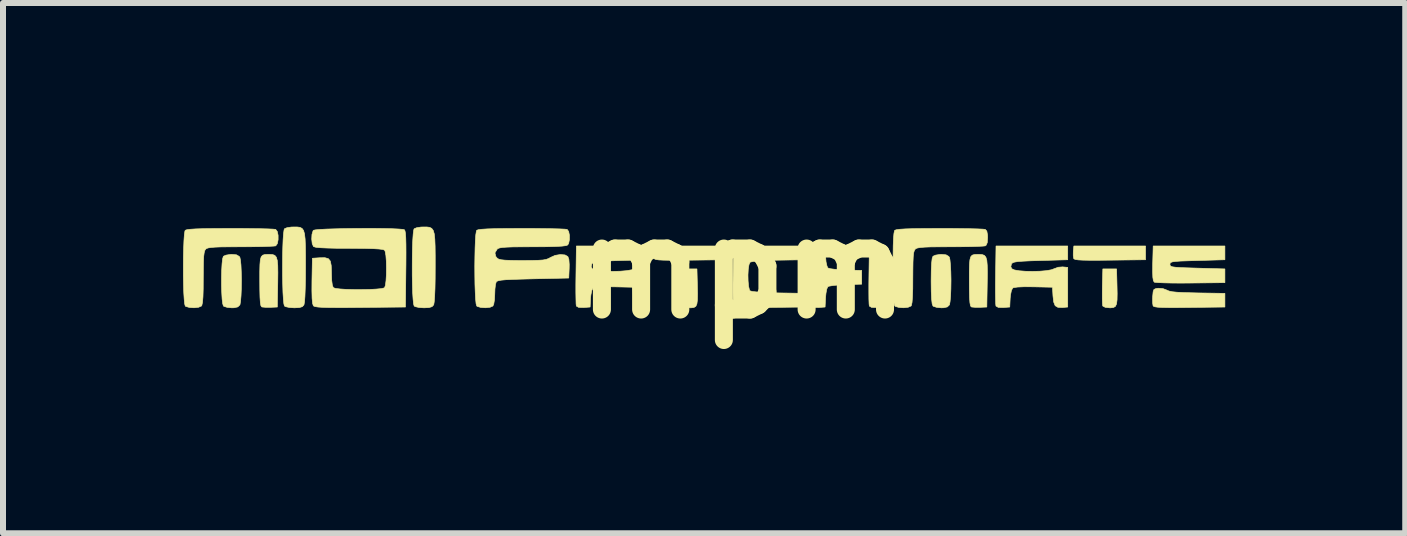
<source format=kicad_pcb>
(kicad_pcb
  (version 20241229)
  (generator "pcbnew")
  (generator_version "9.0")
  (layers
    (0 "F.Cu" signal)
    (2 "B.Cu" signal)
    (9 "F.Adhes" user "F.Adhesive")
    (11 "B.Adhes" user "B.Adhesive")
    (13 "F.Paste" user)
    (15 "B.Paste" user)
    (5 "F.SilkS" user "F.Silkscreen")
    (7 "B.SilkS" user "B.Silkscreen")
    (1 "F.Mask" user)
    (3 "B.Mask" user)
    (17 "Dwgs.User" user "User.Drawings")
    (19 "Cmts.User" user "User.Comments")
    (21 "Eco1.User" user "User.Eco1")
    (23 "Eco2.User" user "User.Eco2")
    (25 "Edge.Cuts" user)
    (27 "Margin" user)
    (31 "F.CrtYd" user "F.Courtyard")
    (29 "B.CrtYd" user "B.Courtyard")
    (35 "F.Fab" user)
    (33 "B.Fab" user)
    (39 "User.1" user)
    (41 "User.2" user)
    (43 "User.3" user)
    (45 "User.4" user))
  (footprint "mpm"
    (layer "F.Cu")
    (at 9.338 1.418)
    (property "Reference" "mpm" (at 0 0 0) (layer "F.SilkS") (effects (font (size 1.524 1.524) (thickness 0.3))))
    (attr through_hole)
    (fp_poly (pts (xy 2.326 0.648) (xy 2.218 0.656) (xy 2.135 0.654) (xy 2.098 0.632) (xy 2.097 0.63) (xy 2.093 0.595) (xy 2.09 0.517) (xy 2.089 0.406) (xy 2.089 0.27) (xy 2.091 0.117) (xy 2.091 0.114) (xy 2.098 -0.369) (xy 2.326 -0.369) (xy 2.326 0.648)) (stroke (width 0.01) (type solid)) (fill yes) (layer "F.SilkS"))
    (fp_poly (pts (xy -0.292 -0.14) (xy -0.884 -0.133) (xy -1.077 -0.131) (xy -1.225 -0.131) (xy -1.334 -0.133) (xy -1.409 -0.137) (xy -1.456 -0.143) (xy -1.482 -0.153) (xy -1.49 -0.162) (xy -1.497 -0.212) (xy -1.496 -0.281) (xy -1.496 -0.284) (xy -1.487 -0.369) (xy -0.292 -0.369) (xy -0.292 -0.14)) (stroke (width 0.01) (type solid)) (fill yes) (layer "F.SilkS"))
    (fp_poly (pts (xy 6.7 -0.14) (xy 6.108 -0.133) (xy 5.915 -0.131) (xy 5.767 -0.131) (xy 5.658 -0.133) (xy 5.583 -0.137) (xy 5.536 -0.143) (xy 5.51 -0.153) (xy 5.502 -0.162) (xy 5.495 -0.212) (xy 5.496 -0.281) (xy 5.496 -0.284) (xy 5.505 -0.369) (xy 6.7 -0.369) (xy 6.7 -0.14)) (stroke (width 0.01) (type solid)) (fill yes) (layer "F.SilkS"))
    (fp_poly (pts (xy -0.768 0.28) (xy -0.765 0.426) (xy -0.767 0.53) (xy -0.776 0.597) (xy -0.794 0.636) (xy -0.825 0.655) (xy -0.871 0.661) (xy -0.891 0.661) (xy -0.964 0.653) (xy -1.004 0.632) (xy -1.006 0.628) (xy -1.01 0.59) (xy -1.013 0.513) (xy -1.013 0.409) (xy -1.012 0.304) (xy -1.004 0.013) (xy -0.775 0.013) (xy -0.768 0.28)) (stroke (width 0.01) (type solid)) (fill yes) (layer "F.SilkS"))
    (fp_poly (pts (xy 6.224 0.28) (xy 6.227 0.426) (xy 6.225 0.53) (xy 6.216 0.597) (xy 6.198 0.636) (xy 6.167 0.655) (xy 6.121 0.661) (xy 6.101 0.661) (xy 6.028 0.653) (xy 5.988 0.632) (xy 5.986 0.628) (xy 5.982 0.59) (xy 5.979 0.513) (xy 5.979 0.409) (xy 5.98 0.304) (xy 5.988 0.013) (xy 6.217 0.013) (xy 6.224 0.28)) (stroke (width 0.01) (type solid)) (fill yes) (layer "F.SilkS"))
    (fp_poly (pts (xy 6.99 0.341) (xy 7.056 0.366) (xy 7.089 0.381) (xy 7.143 0.393) (xy 7.223 0.401) (xy 7.336 0.407) (xy 7.491 0.411) (xy 7.569 0.413) (xy 8.022 0.42) (xy 8.022 0.648) (xy 7.43 0.655) (xy 7.236 0.657) (xy 7.088 0.657) (xy 6.979 0.655) (xy 6.903 0.651) (xy 6.856 0.644) (xy 6.832 0.635) (xy 6.825 0.627) (xy 6.818 0.581) (xy 6.817 0.507) (xy 6.819 0.467) (xy 6.826 0.393) (xy 6.84 0.355) (xy 6.873 0.34) (xy 6.911 0.335) (xy 6.99 0.341)) (stroke (width 0.01) (type solid)) (fill yes) (layer "F.SilkS"))
    (fp_poly (pts (xy -7.896 -0.229) (xy -7.845 -0.226) (xy -7.809 -0.213) (xy -7.784 -0.183) (xy -7.768 -0.129) (xy -7.76 -0.045) (xy -7.758 0.076) (xy -7.76 0.242) (xy -7.76 0.245) (xy -7.767 0.648) (xy -7.882 0.653) (xy -7.959 0.653) (xy -8.016 0.648) (xy -8.028 0.645) (xy -8.041 0.625) (xy -8.05 0.574) (xy -8.056 0.486) (xy -8.059 0.358) (xy -8.06 0.217) (xy -8.06 0.057) (xy -8.057 -0.06) (xy -8.05 -0.139) (xy -8.036 -0.189) (xy -8.011 -0.216) (xy -7.975 -0.227) (xy -7.923 -0.229) (xy -7.896 -0.229)) (stroke (width 0.01) (type solid)) (fill yes) (layer "F.SilkS"))
    (fp_poly (pts (xy 3.927 -0.229) (xy 3.977 -0.226) (xy 4.014 -0.213) (xy 4.039 -0.183) (xy 4.055 -0.129) (xy 4.062 -0.045) (xy 4.064 0.076) (xy 4.062 0.242) (xy 4.062 0.245) (xy 4.055 0.648) (xy 3.941 0.653) (xy 3.864 0.653) (xy 3.807 0.648) (xy 3.795 0.645) (xy 3.782 0.625) (xy 3.773 0.574) (xy 3.767 0.486) (xy 3.764 0.358) (xy 3.763 0.217) (xy 3.763 0.057) (xy 3.766 -0.06) (xy 3.773 -0.139) (xy 3.787 -0.189) (xy 3.811 -0.216) (xy 3.848 -0.227) (xy 3.9 -0.229) (xy 3.927 -0.229)) (stroke (width 0.01) (type solid)) (fill yes) (layer "F.SilkS"))
    (fp_poly (pts (xy 1.368 -0.199) (xy 1.376 -0.104) (xy 1.392 -0.034) (xy 1.407 -0.003) (xy 1.445 0.009) (xy 1.521 0.019) (xy 1.624 0.027) (xy 1.705 0.031) (xy 1.97 0.038) (xy 1.97 0.267) (xy 1.705 0.274) (xy 1.591 0.28) (xy 1.495 0.289) (xy 1.429 0.3) (xy 1.407 0.308) (xy 1.389 0.346) (xy 1.375 0.418) (xy 1.368 0.492) (xy 1.36 0.648) (xy 1.252 0.656) (xy 1.169 0.654) (xy 1.131 0.632) (xy 1.131 0.63) (xy 1.127 0.595) (xy 1.124 0.517) (xy 1.123 0.406) (xy 1.123 0.27) (xy 1.124 0.117) (xy 1.124 0.114) (xy 1.131 -0.369) (xy 1.36 -0.369) (xy 1.368 -0.199)) (stroke (width 0.01) (type solid)) (fill yes) (layer "F.SilkS"))
    (fp_poly (pts (xy -8.447 -0.222) (xy -8.403 -0.196) (xy -8.391 -0.18) (xy -8.382 -0.137) (xy -8.373 -0.054) (xy -8.368 0.057) (xy -8.365 0.186) (xy -8.365 0.216) (xy -8.367 0.348) (xy -8.372 0.464) (xy -8.38 0.554) (xy -8.389 0.606) (xy -8.391 0.612) (xy -8.426 0.646) (xy -8.489 0.66) (xy -8.526 0.661) (xy -8.601 0.654) (xy -8.655 0.637) (xy -8.665 0.631) (xy -8.677 0.593) (xy -8.687 0.516) (xy -8.693 0.41) (xy -8.697 0.287) (xy -8.697 0.158) (xy -8.694 0.034) (xy -8.688 -0.074) (xy -8.679 -0.154) (xy -8.666 -0.197) (xy -8.665 -0.198) (xy -8.622 -0.217) (xy -8.551 -0.228) (xy -8.526 -0.229) (xy -8.447 -0.222)) (stroke (width 0.01) (type solid)) (fill yes) (layer "F.SilkS"))
    (fp_poly (pts (xy 3.376 -0.222) (xy 3.42 -0.196) (xy 3.432 -0.18) (xy 3.441 -0.137) (xy 3.449 -0.054) (xy 3.455 0.057) (xy 3.458 0.186) (xy 3.458 0.216) (xy 3.456 0.348) (xy 3.451 0.464) (xy 3.443 0.554) (xy 3.434 0.606) (xy 3.432 0.612) (xy 3.397 0.646) (xy 3.334 0.66) (xy 3.297 0.661) (xy 3.222 0.654) (xy 3.167 0.637) (xy 3.158 0.631) (xy 3.144 0.594) (xy 3.135 0.515) (xy 3.129 0.391) (xy 3.127 0.218) (xy 3.127 0.216) (xy 3.129 0.043) (xy 3.135 -0.082) (xy 3.144 -0.161) (xy 3.158 -0.198) (xy 3.158 -0.198) (xy 3.201 -0.217) (xy 3.272 -0.228) (xy 3.297 -0.229) (xy 3.376 -0.222)) (stroke (width 0.01) (type solid)) (fill yes) (layer "F.SilkS"))
    (fp_poly (pts (xy 8.022 -0.14) (xy 7.564 -0.127) (xy 7.401 -0.122) (xy 7.282 -0.118) (xy 7.201 -0.112) (xy 7.149 -0.105) (xy 7.121 -0.095) (xy 7.109 -0.082) (xy 7.106 -0.064) (xy 7.106 -0.064) (xy 7.109 -0.045) (xy 7.121 -0.032) (xy 7.149 -0.022) (xy 7.201 -0.015) (xy 7.282 -0.009) (xy 7.401 -0.005) (xy 7.564 -0.000005) (xy 7.564 0) (xy 8.022 0.013) (xy 8.022 0.242) (xy 7.45 0.248) (xy 7.283 0.249) (xy 7.132 0.248) (xy 7.006 0.245) (xy 6.911 0.241) (xy 6.855 0.236) (xy 6.845 0.233) (xy 6.83 0.208) (xy 6.821 0.152) (xy 6.818 0.058) (xy 6.819 -0.078) (xy 6.827 -0.369) (xy 8.022 -0.369) (xy 8.022 -0.14)) (stroke (width 0.01) (type solid)) (fill yes) (layer "F.SilkS"))
    (fp_poly (pts (xy -7.437 -0.686) (xy -7.39 -0.68) (xy -7.355 -0.662) (xy -7.33 -0.628) (xy -7.314 -0.571) (xy -7.304 -0.486) (xy -7.299 -0.367) (xy -7.297 -0.208) (xy -7.297 -0.022) (xy -7.298 0.174) (xy -7.302 0.34) (xy -7.307 0.472) (xy -7.314 0.563) (xy -7.323 0.61) (xy -7.323 0.612) (xy -7.351 0.642) (xy -7.401 0.657) (xy -7.484 0.661) (xy -7.565 0.656) (xy -7.628 0.642) (xy -7.648 0.631) (xy -7.658 0.595) (xy -7.666 0.518) (xy -7.673 0.408) (xy -7.677 0.272) (xy -7.68 0.121) (xy -7.68 -0.038) (xy -7.679 -0.195) (xy -7.676 -0.342) (xy -7.671 -0.471) (xy -7.664 -0.572) (xy -7.655 -0.637) (xy -7.648 -0.656) (xy -7.606 -0.674) (xy -7.534 -0.685) (xy -7.497 -0.686) (xy -7.437 -0.686)) (stroke (width 0.01) (type solid)) (fill yes) (layer "F.SilkS"))
    (fp_poly (pts (xy -5.276 -0.686) (xy -5.229 -0.68) (xy -5.194 -0.662) (xy -5.169 -0.628) (xy -5.152 -0.571) (xy -5.143 -0.486) (xy -5.138 -0.367) (xy -5.136 -0.208) (xy -5.136 -0.022) (xy -5.137 0.174) (xy -5.14 0.34) (xy -5.146 0.472) (xy -5.153 0.563) (xy -5.161 0.61) (xy -5.162 0.612) (xy -5.19 0.642) (xy -5.24 0.657) (xy -5.322 0.661) (xy -5.404 0.656) (xy -5.467 0.642) (xy -5.487 0.631) (xy -5.497 0.595) (xy -5.505 0.518) (xy -5.512 0.408) (xy -5.516 0.272) (xy -5.519 0.121) (xy -5.519 -0.038) (xy -5.518 -0.195) (xy -5.515 -0.342) (xy -5.51 -0.471) (xy -5.503 -0.572) (xy -5.494 -0.637) (xy -5.487 -0.656) (xy -5.444 -0.674) (xy -5.373 -0.685) (xy -5.336 -0.686) (xy -5.276 -0.686)) (stroke (width 0.01) (type solid)) (fill yes) (layer "F.SilkS"))
    (fp_poly (pts (xy 1.03 -0.14) (xy 0.587 -0.133) (xy 0.413 -0.129) (xy 0.274 -0.122) (xy 0.174 -0.113) (xy 0.118 -0.102) (xy 0.11 -0.098) (xy 0.092 -0.058) (xy 0.08 0.018) (xy 0.075 0.113) (xy 0.077 0.212) (xy 0.085 0.3) (xy 0.099 0.361) (xy 0.11 0.378) (xy 0.149 0.389) (xy 0.234 0.398) (xy 0.359 0.406) (xy 0.521 0.411) (xy 0.587 0.413) (xy 1.03 0.42) (xy 1.03 0.648) (xy 0.438 0.655) (xy 0.241 0.657) (xy 0.09 0.657) (xy -0.021 0.654) (xy -0.097 0.65) (xy -0.143 0.643) (xy -0.164 0.633) (xy -0.166 0.629) (xy -0.17 0.594) (xy -0.173 0.517) (xy -0.174 0.406) (xy -0.174 0.27) (xy -0.172 0.117) (xy -0.172 0.114) (xy -0.165 -0.369) (xy 1.03 -0.369) (xy 1.03 -0.14)) (stroke (width 0.01) (type solid)) (fill yes) (layer "F.SilkS"))
    (fp_poly (pts (xy -1.589 -0.14) (xy -2.044 -0.127) (xy -2.21 -0.122) (xy -2.332 -0.116) (xy -2.418 -0.11) (xy -2.474 -0.101) (xy -2.507 -0.089) (xy -2.524 -0.074) (xy -2.526 -0.072) (xy -2.537 -0.022) (xy -2.519 0.011) (xy -2.477 0.03) (xy -2.397 0.044) (xy -2.292 0.052) (xy -2.173 0.054) (xy -2.053 0.051) (xy -1.945 0.042) (xy -1.861 0.027) (xy -1.819 0.011) (xy -1.748 -0.015) (xy -1.674 -0.021) (xy -1.589 -0.013) (xy -1.589 0.648) (xy -1.68 0.656) (xy -1.752 0.653) (xy -1.798 0.626) (xy -1.823 0.564) (xy -1.835 0.461) (xy -1.835 0.457) (xy -1.843 0.318) (xy -2.158 0.311) (xy -2.314 0.31) (xy -2.426 0.315) (xy -2.492 0.325) (xy -2.506 0.332) (xy -2.527 0.372) (xy -2.542 0.446) (xy -2.548 0.504) (xy -2.555 0.648) (xy -2.664 0.656) (xy -2.746 0.654) (xy -2.784 0.632) (xy -2.785 0.63) (xy -2.789 0.595) (xy -2.791 0.517) (xy -2.793 0.406) (xy -2.793 0.27) (xy -2.791 0.117) (xy -2.791 0.114) (xy -2.784 -0.369) (xy -1.589 -0.369) (xy -1.589 -0.14)) (stroke (width 0.01) (type solid)) (fill yes) (layer "F.SilkS"))
    (fp_poly (pts (xy 5.403 -0.14) (xy 4.948 -0.127) (xy 4.782 -0.122) (xy 4.66 -0.116) (xy 4.574 -0.11) (xy 4.518 -0.101) (xy 4.485 -0.089) (xy 4.468 -0.074) (xy 4.466 -0.072) (xy 4.455 -0.022) (xy 4.473 0.011) (xy 4.515 0.03) (xy 4.595 0.044) (xy 4.7 0.052) (xy 4.819 0.054) (xy 4.939 0.051) (xy 5.047 0.042) (xy 5.131 0.027) (xy 5.173 0.011) (xy 5.244 -0.015) (xy 5.318 -0.021) (xy 5.403 -0.013) (xy 5.403 0.648) (xy 5.312 0.656) (xy 5.24 0.653) (xy 5.194 0.626) (xy 5.169 0.564) (xy 5.157 0.461) (xy 5.157 0.457) (xy 5.149 0.318) (xy 4.834 0.311) (xy 4.678 0.31) (xy 4.566 0.315) (xy 4.5 0.325) (xy 4.486 0.332) (xy 4.465 0.372) (xy 4.45 0.446) (xy 4.444 0.504) (xy 4.437 0.648) (xy 4.328 0.656) (xy 4.246 0.654) (xy 4.208 0.632) (xy 4.207 0.63) (xy 4.203 0.595) (xy 4.201 0.517) (xy 4.199 0.406) (xy 4.199 0.27) (xy 4.201 0.117) (xy 4.201 0.114) (xy 4.208 -0.369) (xy 5.403 -0.369) (xy 5.403 -0.14)) (stroke (width 0.01) (type solid)) (fill yes) (layer "F.SilkS"))
    (fp_poly (pts (xy -8.365 -0.661) (xy -8.193 -0.659) (xy -8.043 -0.657) (xy -7.923 -0.654) (xy -7.838 -0.65) (xy -7.797 -0.646) (xy -7.795 -0.646) (xy -7.768 -0.611) (xy -7.754 -0.547) (xy -7.754 -0.473) (xy -7.767 -0.408) (xy -7.793 -0.372) (xy -7.795 -0.371) (xy -7.832 -0.367) (xy -7.911 -0.363) (xy -8.025 -0.359) (xy -8.165 -0.357) (xy -8.324 -0.356) (xy -8.378 -0.356) (xy -8.562 -0.355) (xy -8.702 -0.354) (xy -8.804 -0.35) (xy -8.875 -0.344) (xy -8.922 -0.336) (xy -8.95 -0.325) (xy -8.961 -0.316) (xy -8.976 -0.293) (xy -8.986 -0.255) (xy -8.994 -0.193) (xy -8.998 -0.101) (xy -9 0.028) (xy -9.001 0.162) (xy -9.002 0.345) (xy -9.006 0.48) (xy -9.014 0.571) (xy -9.025 0.621) (xy -9.031 0.631) (xy -9.08 0.652) (xy -9.154 0.66) (xy -9.232 0.655) (xy -9.291 0.638) (xy -9.301 0.631) (xy -9.311 0.595) (xy -9.319 0.518) (xy -9.326 0.408) (xy -9.33 0.273) (xy -9.333 0.122) (xy -9.333 -0.035) (xy -9.332 -0.19) (xy -9.328 -0.335) (xy -9.323 -0.46) (xy -9.316 -0.557) (xy -9.307 -0.617) (xy -9.301 -0.631) (xy -9.275 -0.64) (xy -9.218 -0.648) (xy -9.125 -0.654) (xy -8.992 -0.658) (xy -8.817 -0.66) (xy -8.595 -0.661) (xy -8.553 -0.661) (xy -8.365 -0.661)) (stroke (width 0.01) (type solid)) (fill yes) (layer "F.SilkS"))
    (fp_poly (pts (xy 3.458 -0.661) (xy 3.63 -0.659) (xy 3.78 -0.657) (xy 3.9 -0.654) (xy 3.985 -0.65) (xy 4.026 -0.646) (xy 4.028 -0.646) (xy 4.055 -0.617) (xy 4.067 -0.551) (xy 4.068 -0.509) (xy 4.062 -0.424) (xy 4.042 -0.38) (xy 4.028 -0.371) (xy 3.991 -0.367) (xy 3.912 -0.363) (xy 3.798 -0.359) (xy 3.658 -0.357) (xy 3.499 -0.356) (xy 3.445 -0.356) (xy 3.261 -0.355) (xy 3.121 -0.354) (xy 3.019 -0.35) (xy 2.948 -0.344) (xy 2.901 -0.336) (xy 2.873 -0.325) (xy 2.862 -0.316) (xy 2.847 -0.293) (xy 2.836 -0.255) (xy 2.829 -0.193) (xy 2.825 -0.101) (xy 2.823 0.028) (xy 2.822 0.162) (xy 2.821 0.345) (xy 2.816 0.48) (xy 2.809 0.571) (xy 2.798 0.621) (xy 2.792 0.631) (xy 2.743 0.652) (xy 2.669 0.66) (xy 2.591 0.655) (xy 2.532 0.638) (xy 2.522 0.631) (xy 2.512 0.603) (xy 2.503 0.541) (xy 2.497 0.441) (xy 2.494 0.3) (xy 2.492 0.113) (xy 2.492 0) (xy 2.493 -0.211) (xy 2.495 -0.375) (xy 2.5 -0.495) (xy 2.507 -0.576) (xy 2.516 -0.62) (xy 2.522 -0.631) (xy 2.548 -0.64) (xy 2.605 -0.648) (xy 2.698 -0.654) (xy 2.831 -0.658) (xy 3.006 -0.66) (xy 3.228 -0.661) (xy 3.27 -0.661) (xy 3.458 -0.661)) (stroke (width 0.01) (type solid)) (fill yes) (layer "F.SilkS"))
    (fp_poly (pts (xy -6.145 -0.662) (xy -5.989 -0.66) (xy -5.854 -0.657) (xy -5.747 -0.652) (xy -5.676 -0.646) (xy -5.65 -0.64) (xy -5.64 -0.622) (xy -5.632 -0.579) (xy -5.627 -0.507) (xy -5.624 -0.4) (xy -5.623 -0.254) (xy -5.624 -0.064) (xy -5.625 0.014) (xy -5.632 0.648) (xy -6.385 0.655) (xy -6.607 0.657) (xy -6.783 0.657) (xy -6.919 0.656) (xy -7.019 0.653) (xy -7.09 0.648) (xy -7.135 0.641) (xy -7.16 0.632) (xy -7.167 0.626) (xy -7.18 0.586) (xy -7.188 0.503) (xy -7.191 0.374) (xy -7.19 0.213) (xy -7.183 -0.165) (xy -7.06 -0.173) (xy -6.974 -0.174) (xy -6.917 -0.158) (xy -6.884 -0.118) (xy -6.869 -0.044) (xy -6.865 0.071) (xy -6.865 0.087) (xy -6.861 0.203) (xy -6.85 0.286) (xy -6.834 0.325) (xy -6.797 0.338) (xy -6.72 0.347) (xy -6.614 0.354) (xy -6.49 0.357) (xy -6.359 0.357) (xy -6.232 0.355) (xy -6.12 0.349) (xy -6.034 0.341) (xy -5.985 0.329) (xy -5.98 0.325) (xy -5.966 0.286) (xy -5.956 0.209) (xy -5.95 0.108) (xy -5.949 -0.005) (xy -5.951 -0.115) (xy -5.958 -0.211) (xy -5.97 -0.277) (xy -5.98 -0.3) (xy -6.009 -0.311) (xy -6.073 -0.319) (xy -6.175 -0.325) (xy -6.32 -0.329) (xy -6.511 -0.33) (xy -6.572 -0.331) (xy -6.777 -0.331) (xy -6.934 -0.335) (xy -7.048 -0.34) (xy -7.122 -0.347) (xy -7.16 -0.358) (xy -7.165 -0.361) (xy -7.186 -0.409) (xy -7.194 -0.484) (xy -7.19 -0.562) (xy -7.172 -0.621) (xy -7.165 -0.631) (xy -7.132 -0.638) (xy -7.057 -0.645) (xy -6.947 -0.651) (xy -6.809 -0.655) (xy -6.652 -0.659) (xy -6.484 -0.661) (xy -6.312 -0.662) (xy -6.145 -0.662)) (stroke (width 0.01) (type solid)) (fill yes) (layer "F.SilkS"))
    (fp_poly (pts (xy -3.509 -0.661) (xy -3.337 -0.659) (xy -3.187 -0.657) (xy -3.066 -0.654) (xy -2.982 -0.65) (xy -2.941 -0.646) (xy -2.939 -0.646) (xy -2.913 -0.612) (xy -2.9 -0.549) (xy -2.9 -0.475) (xy -2.913 -0.412) (xy -2.929 -0.386) (xy -2.958 -0.375) (xy -3.022 -0.367) (xy -3.126 -0.361) (xy -3.272 -0.357) (xy -3.464 -0.356) (xy -3.512 -0.356) (xy -3.698 -0.355) (xy -3.84 -0.354) (xy -3.943 -0.35) (xy -4.016 -0.345) (xy -4.063 -0.337) (xy -4.092 -0.326) (xy -4.104 -0.316) (xy -4.141 -0.255) (xy -4.127 -0.195) (xy -4.104 -0.167) (xy -4.08 -0.151) (xy -4.039 -0.14) (xy -3.973 -0.133) (xy -3.874 -0.129) (xy -3.735 -0.127) (xy -3.679 -0.127) (xy -3.527 -0.128) (xy -3.417 -0.131) (xy -3.34 -0.136) (xy -3.286 -0.146) (xy -3.246 -0.161) (xy -3.216 -0.178) (xy -3.138 -0.213) (xy -3.051 -0.227) (xy -2.973 -0.22) (xy -2.926 -0.193) (xy -2.909 -0.145) (xy -2.903 -0.06) (xy -2.904 0.004) (xy -2.911 0.165) (xy -3.503 0.178) (xy -3.697 0.183) (xy -3.847 0.188) (xy -3.957 0.193) (xy -4.033 0.2) (xy -4.082 0.209) (xy -4.11 0.22) (xy -4.119 0.229) (xy -4.132 0.273) (xy -4.141 0.35) (xy -4.144 0.434) (xy -4.149 0.528) (xy -4.161 0.6) (xy -4.175 0.631) (xy -4.223 0.652) (xy -4.298 0.66) (xy -4.376 0.655) (xy -4.434 0.638) (xy -4.444 0.631) (xy -4.455 0.595) (xy -4.463 0.518) (xy -4.469 0.408) (xy -4.474 0.273) (xy -4.476 0.122) (xy -4.477 -0.035) (xy -4.475 -0.19) (xy -4.472 -0.335) (xy -4.467 -0.46) (xy -4.46 -0.557) (xy -4.45 -0.617) (xy -4.444 -0.631) (xy -4.419 -0.64) (xy -4.361 -0.648) (xy -4.268 -0.654) (xy -4.136 -0.658) (xy -3.961 -0.66) (xy -3.739 -0.661) (xy -3.696 -0.661) (xy -3.509 -0.661)) (stroke (width 0.01) (type solid)) (fill yes) (layer "F.SilkS")))
  (gr_rect
    (start -3 -3)
    (end 20.365 5.836)
    (stroke (width 0.1) (type default))
    (fill no)
    (layer "Edge.Cuts")))
</source>
